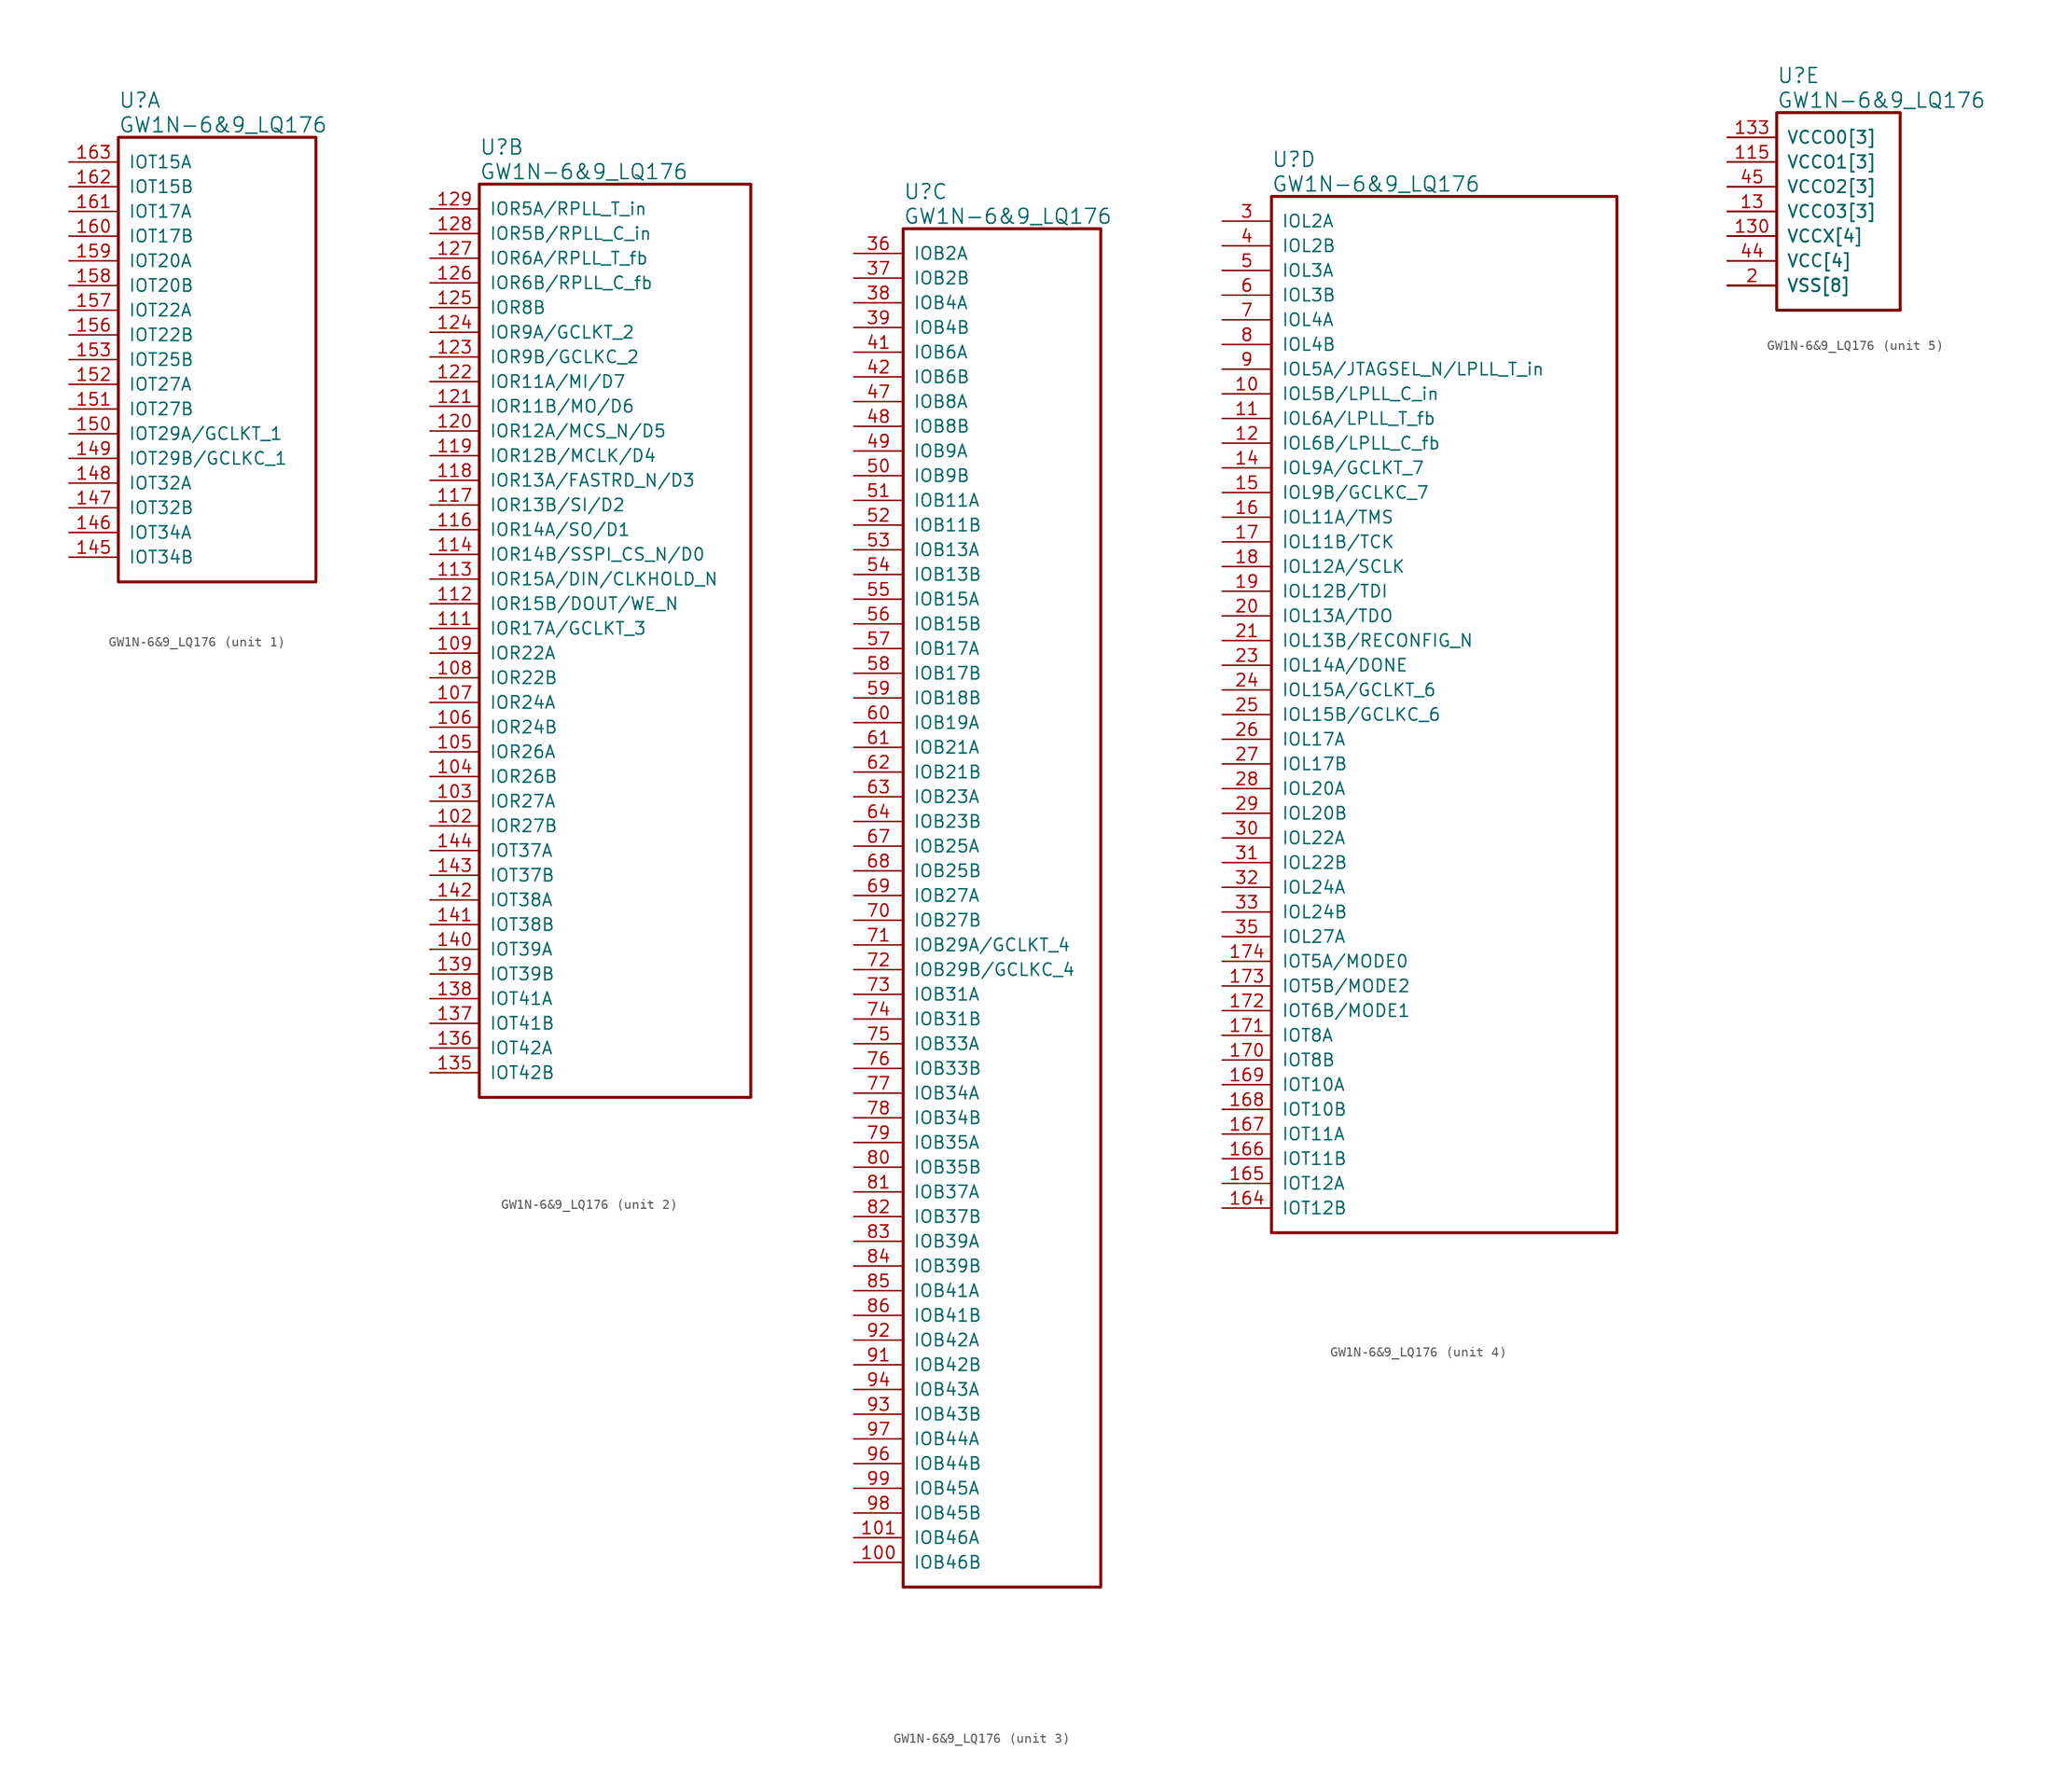
<source format=kicad_sym>
(kicad_symbol_lib
  (version 20220914)
  (generator kicad_symbol_editor)
  (symbol "GW1N-6&9_LQ176"
    (pin_names
      (offset 1.016))
    (property "Reference" "U"
      (at 5.08 6.35 0)
      (effects (font (size 1.524 1.524)) (justify left)))
    (property "Value" "GW1N-6&9_LQ176"
      (at 5.08 3.81 0)
      (effects (font (size 1.524 1.524)) (justify left)))
    (property "ki_locked" ""
      (at 0 0 0)
      (effects (font (size 1.27 1.27))))
    (symbol "GW1N-6&9_LQ176_1_1"
      (rectangle (start 5.08 2.54) (end 25.4 -43.18) (stroke (width 0.305) (type solid)) (fill (type none)))
      (pin bidirectional line (at 0 -40.64 0) (length 5.08) (name "IOT34B" (effects (font (size 1.27 1.27)))) (number "145" (effects (font (size 1.27 1.27)))))
      (pin bidirectional line (at 0 -38.1 0) (length 5.08) (name "IOT34A" (effects (font (size 1.27 1.27)))) (number "146" (effects (font (size 1.27 1.27)))))
      (pin bidirectional line (at 0 -35.56 0) (length 5.08) (name "IOT32B" (effects (font (size 1.27 1.27)))) (number "147" (effects (font (size 1.27 1.27)))))
      (pin bidirectional line (at 0 -33.02 0) (length 5.08) (name "IOT32A" (effects (font (size 1.27 1.27)))) (number "148" (effects (font (size 1.27 1.27)))))
      (pin bidirectional line (at 0 -30.48 0) (length 5.08) (name "IOT29B/GCLKC_1" (effects (font (size 1.27 1.27)))) (number "149" (effects (font (size 1.27 1.27)))))
      (pin bidirectional line (at 0 -27.94 0) (length 5.08) (name "IOT29A/GCLKT_1" (effects (font (size 1.27 1.27)))) (number "150" (effects (font (size 1.27 1.27)))))
      (pin bidirectional line (at 0 -25.4 0) (length 5.08) (name "IOT27B" (effects (font (size 1.27 1.27)))) (number "151" (effects (font (size 1.27 1.27)))))
      (pin bidirectional line (at 0 -22.86 0) (length 5.08) (name "IOT27A" (effects (font (size 1.27 1.27)))) (number "152" (effects (font (size 1.27 1.27)))))
      (pin bidirectional line (at 0 -20.32 0) (length 5.08) (name "IOT25B" (effects (font (size 1.27 1.27)))) (number "153" (effects (font (size 1.27 1.27)))))
      (pin bidirectional line (at 0 -17.78 0) (length 5.08) (name "IOT22B" (effects (font (size 1.27 1.27)))) (number "156" (effects (font (size 1.27 1.27)))))
      (pin bidirectional line (at 0 -15.24 0) (length 5.08) (name "IOT22A" (effects (font (size 1.27 1.27)))) (number "157" (effects (font (size 1.27 1.27)))))
      (pin bidirectional line (at 0 -12.7 0) (length 5.08) (name "IOT20B" (effects (font (size 1.27 1.27)))) (number "158" (effects (font (size 1.27 1.27)))))
      (pin bidirectional line (at 0 -10.16 0) (length 5.08) (name "IOT20A" (effects (font (size 1.27 1.27)))) (number "159" (effects (font (size 1.27 1.27)))))
      (pin bidirectional line (at 0 -7.62 0) (length 5.08) (name "IOT17B" (effects (font (size 1.27 1.27)))) (number "160" (effects (font (size 1.27 1.27)))))
      (pin bidirectional line (at 0 -5.08 0) (length 5.08) (name "IOT17A" (effects (font (size 1.27 1.27)))) (number "161" (effects (font (size 1.27 1.27)))))
      (pin bidirectional line (at 0 -2.54 0) (length 5.08) (name "IOT15B" (effects (font (size 1.27 1.27)))) (number "162" (effects (font (size 1.27 1.27)))))
      (pin bidirectional line (at 0 0 0) (length 5.08) (name "IOT15A" (effects (font (size 1.27 1.27)))) (number "163" (effects (font (size 1.27 1.27))))))
    (symbol "GW1N-6&9_LQ176_2_1"
      (rectangle (start 5.08 2.54) (end 33.02 -91.44) (stroke (width 0.305) (type solid)) (fill (type none)))
      (pin bidirectional line (at 0 -63.5 0) (length 5.08) (name "IOR27B" (effects (font (size 1.27 1.27)))) (number "102" (effects (font (size 1.27 1.27)))))
      (pin bidirectional line (at 0 -60.96 0) (length 5.08) (name "IOR27A" (effects (font (size 1.27 1.27)))) (number "103" (effects (font (size 1.27 1.27)))))
      (pin bidirectional line (at 0 -58.42 0) (length 5.08) (name "IOR26B" (effects (font (size 1.27 1.27)))) (number "104" (effects (font (size 1.27 1.27)))))
      (pin bidirectional line (at 0 -55.88 0) (length 5.08) (name "IOR26A" (effects (font (size 1.27 1.27)))) (number "105" (effects (font (size 1.27 1.27)))))
      (pin bidirectional line (at 0 -53.34 0) (length 5.08) (name "IOR24B" (effects (font (size 1.27 1.27)))) (number "106" (effects (font (size 1.27 1.27)))))
      (pin bidirectional line (at 0 -50.8 0) (length 5.08) (name "IOR24A" (effects (font (size 1.27 1.27)))) (number "107" (effects (font (size 1.27 1.27)))))
      (pin bidirectional line (at 0 -48.26 0) (length 5.08) (name "IOR22B" (effects (font (size 1.27 1.27)))) (number "108" (effects (font (size 1.27 1.27)))))
      (pin bidirectional line (at 0 -45.72 0) (length 5.08) (name "IOR22A" (effects (font (size 1.27 1.27)))) (number "109" (effects (font (size 1.27 1.27)))))
      (pin bidirectional line (at 0 -43.18 0) (length 5.08) (name "IOR17A/GCLKT_3" (effects (font (size 1.27 1.27)))) (number "111" (effects (font (size 1.27 1.27)))))
      (pin bidirectional line (at 0 -40.64 0) (length 5.08) (name "IOR15B/DOUT/WE_N" (effects (font (size 1.27 1.27)))) (number "112" (effects (font (size 1.27 1.27)))))
      (pin bidirectional line (at 0 -38.1 0) (length 5.08) (name "IOR15A/DIN/CLKHOLD_N" (effects (font (size 1.27 1.27)))) (number "113" (effects (font (size 1.27 1.27)))))
      (pin bidirectional line (at 0 -35.56 0) (length 5.08) (name "IOR14B/SSPI_CS_N/D0" (effects (font (size 1.27 1.27)))) (number "114" (effects (font (size 1.27 1.27)))))
      (pin bidirectional line (at 0 -33.02 0) (length 5.08) (name "IOR14A/SO/D1" (effects (font (size 1.27 1.27)))) (number "116" (effects (font (size 1.27 1.27)))))
      (pin bidirectional line (at 0 -30.48 0) (length 5.08) (name "IOR13B/SI/D2" (effects (font (size 1.27 1.27)))) (number "117" (effects (font (size 1.27 1.27)))))
      (pin bidirectional line (at 0 -27.94 0) (length 5.08) (name "IOR13A/FASTRD_N/D3" (effects (font (size 1.27 1.27)))) (number "118" (effects (font (size 1.27 1.27)))))
      (pin bidirectional line (at 0 -25.4 0) (length 5.08) (name "IOR12B/MCLK/D4" (effects (font (size 1.27 1.27)))) (number "119" (effects (font (size 1.27 1.27)))))
      (pin bidirectional line (at 0 -22.86 0) (length 5.08) (name "IOR12A/MCS_N/D5" (effects (font (size 1.27 1.27)))) (number "120" (effects (font (size 1.27 1.27)))))
      (pin bidirectional line (at 0 -20.32 0) (length 5.08) (name "IOR11B/MO/D6" (effects (font (size 1.27 1.27)))) (number "121" (effects (font (size 1.27 1.27)))))
      (pin bidirectional line (at 0 -17.78 0) (length 5.08) (name "IOR11A/MI/D7" (effects (font (size 1.27 1.27)))) (number "122" (effects (font (size 1.27 1.27)))))
      (pin bidirectional line (at 0 -15.24 0) (length 5.08) (name "IOR9B/GCLKC_2" (effects (font (size 1.27 1.27)))) (number "123" (effects (font (size 1.27 1.27)))))
      (pin bidirectional line (at 0 -12.7 0) (length 5.08) (name "IOR9A/GCLKT_2" (effects (font (size 1.27 1.27)))) (number "124" (effects (font (size 1.27 1.27)))))
      (pin bidirectional line (at 0 -10.16 0) (length 5.08) (name "IOR8B" (effects (font (size 1.27 1.27)))) (number "125" (effects (font (size 1.27 1.27)))))
      (pin bidirectional line (at 0 -7.62 0) (length 5.08) (name "IOR6B/RPLL_C_fb" (effects (font (size 1.27 1.27)))) (number "126" (effects (font (size 1.27 1.27)))))
      (pin bidirectional line (at 0 -5.08 0) (length 5.08) (name "IOR6A/RPLL_T_fb" (effects (font (size 1.27 1.27)))) (number "127" (effects (font (size 1.27 1.27)))))
      (pin bidirectional line (at 0 -2.54 0) (length 5.08) (name "IOR5B/RPLL_C_in" (effects (font (size 1.27 1.27)))) (number "128" (effects (font (size 1.27 1.27)))))
      (pin bidirectional line (at 0 0 0) (length 5.08) (name "IOR5A/RPLL_T_in" (effects (font (size 1.27 1.27)))) (number "129" (effects (font (size 1.27 1.27)))))
      (pin bidirectional line (at 0 -88.9 0) (length 5.08) (name "IOT42B" (effects (font (size 1.27 1.27)))) (number "135" (effects (font (size 1.27 1.27)))))
      (pin bidirectional line (at 0 -86.36 0) (length 5.08) (name "IOT42A" (effects (font (size 1.27 1.27)))) (number "136" (effects (font (size 1.27 1.27)))))
      (pin bidirectional line (at 0 -83.82 0) (length 5.08) (name "IOT41B" (effects (font (size 1.27 1.27)))) (number "137" (effects (font (size 1.27 1.27)))))
      (pin bidirectional line (at 0 -81.28 0) (length 5.08) (name "IOT41A" (effects (font (size 1.27 1.27)))) (number "138" (effects (font (size 1.27 1.27)))))
      (pin bidirectional line (at 0 -78.74 0) (length 5.08) (name "IOT39B" (effects (font (size 1.27 1.27)))) (number "139" (effects (font (size 1.27 1.27)))))
      (pin bidirectional line (at 0 -76.2 0) (length 5.08) (name "IOT39A" (effects (font (size 1.27 1.27)))) (number "140" (effects (font (size 1.27 1.27)))))
      (pin bidirectional line (at 0 -73.66 0) (length 5.08) (name "IOT38B" (effects (font (size 1.27 1.27)))) (number "141" (effects (font (size 1.27 1.27)))))
      (pin bidirectional line (at 0 -71.12 0) (length 5.08) (name "IOT38A" (effects (font (size 1.27 1.27)))) (number "142" (effects (font (size 1.27 1.27)))))
      (pin bidirectional line (at 0 -68.58 0) (length 5.08) (name "IOT37B" (effects (font (size 1.27 1.27)))) (number "143" (effects (font (size 1.27 1.27)))))
      (pin bidirectional line (at 0 -66.04 0) (length 5.08) (name "IOT37A" (effects (font (size 1.27 1.27)))) (number "144" (effects (font (size 1.27 1.27))))))
    (symbol "GW1N-6&9_LQ176_3_1"
      (rectangle (start 5.08 2.54) (end 25.4 -137.16) (stroke (width 0.305) (type solid)) (fill (type none)))
      (pin bidirectional line (at 0 -134.62 0) (length 5.08) (name "IOB46B" (effects (font (size 1.27 1.27)))) (number "100" (effects (font (size 1.27 1.27)))))
      (pin bidirectional line (at 0 -132.08 0) (length 5.08) (name "IOB46A" (effects (font (size 1.27 1.27)))) (number "101" (effects (font (size 1.27 1.27)))))
      (pin bidirectional line (at 0 0 0) (length 5.08) (name "IOB2A" (effects (font (size 1.27 1.27)))) (number "36" (effects (font (size 1.27 1.27)))))
      (pin bidirectional line (at 0 -2.54 0) (length 5.08) (name "IOB2B" (effects (font (size 1.27 1.27)))) (number "37" (effects (font (size 1.27 1.27)))))
      (pin bidirectional line (at 0 -5.08 0) (length 5.08) (name "IOB4A" (effects (font (size 1.27 1.27)))) (number "38" (effects (font (size 1.27 1.27)))))
      (pin bidirectional line (at 0 -7.62 0) (length 5.08) (name "IOB4B" (effects (font (size 1.27 1.27)))) (number "39" (effects (font (size 1.27 1.27)))))
      (pin bidirectional line (at 0 -10.16 0) (length 5.08) (name "IOB6A" (effects (font (size 1.27 1.27)))) (number "41" (effects (font (size 1.27 1.27)))))
      (pin bidirectional line (at 0 -12.7 0) (length 5.08) (name "IOB6B" (effects (font (size 1.27 1.27)))) (number "42" (effects (font (size 1.27 1.27)))))
      (pin bidirectional line (at 0 -15.24 0) (length 5.08) (name "IOB8A" (effects (font (size 1.27 1.27)))) (number "47" (effects (font (size 1.27 1.27)))))
      (pin bidirectional line (at 0 -17.78 0) (length 5.08) (name "IOB8B" (effects (font (size 1.27 1.27)))) (number "48" (effects (font (size 1.27 1.27)))))
      (pin bidirectional line (at 0 -20.32 0) (length 5.08) (name "IOB9A" (effects (font (size 1.27 1.27)))) (number "49" (effects (font (size 1.27 1.27)))))
      (pin bidirectional line (at 0 -22.86 0) (length 5.08) (name "IOB9B" (effects (font (size 1.27 1.27)))) (number "50" (effects (font (size 1.27 1.27)))))
      (pin bidirectional line (at 0 -25.4 0) (length 5.08) (name "IOB11A" (effects (font (size 1.27 1.27)))) (number "51" (effects (font (size 1.27 1.27)))))
      (pin bidirectional line (at 0 -27.94 0) (length 5.08) (name "IOB11B" (effects (font (size 1.27 1.27)))) (number "52" (effects (font (size 1.27 1.27)))))
      (pin bidirectional line (at 0 -30.48 0) (length 5.08) (name "IOB13A" (effects (font (size 1.27 1.27)))) (number "53" (effects (font (size 1.27 1.27)))))
      (pin bidirectional line (at 0 -33.02 0) (length 5.08) (name "IOB13B" (effects (font (size 1.27 1.27)))) (number "54" (effects (font (size 1.27 1.27)))))
      (pin bidirectional line (at 0 -35.56 0) (length 5.08) (name "IOB15A" (effects (font (size 1.27 1.27)))) (number "55" (effects (font (size 1.27 1.27)))))
      (pin bidirectional line (at 0 -38.1 0) (length 5.08) (name "IOB15B" (effects (font (size 1.27 1.27)))) (number "56" (effects (font (size 1.27 1.27)))))
      (pin bidirectional line (at 0 -40.64 0) (length 5.08) (name "IOB17A" (effects (font (size 1.27 1.27)))) (number "57" (effects (font (size 1.27 1.27)))))
      (pin bidirectional line (at 0 -43.18 0) (length 5.08) (name "IOB17B" (effects (font (size 1.27 1.27)))) (number "58" (effects (font (size 1.27 1.27)))))
      (pin bidirectional line (at 0 -45.72 0) (length 5.08) (name "IOB18B" (effects (font (size 1.27 1.27)))) (number "59" (effects (font (size 1.27 1.27)))))
      (pin bidirectional line (at 0 -48.26 0) (length 5.08) (name "IOB19A" (effects (font (size 1.27 1.27)))) (number "60" (effects (font (size 1.27 1.27)))))
      (pin bidirectional line (at 0 -50.8 0) (length 5.08) (name "IOB21A" (effects (font (size 1.27 1.27)))) (number "61" (effects (font (size 1.27 1.27)))))
      (pin bidirectional line (at 0 -53.34 0) (length 5.08) (name "IOB21B" (effects (font (size 1.27 1.27)))) (number "62" (effects (font (size 1.27 1.27)))))
      (pin bidirectional line (at 0 -55.88 0) (length 5.08) (name "IOB23A" (effects (font (size 1.27 1.27)))) (number "63" (effects (font (size 1.27 1.27)))))
      (pin bidirectional line (at 0 -58.42 0) (length 5.08) (name "IOB23B" (effects (font (size 1.27 1.27)))) (number "64" (effects (font (size 1.27 1.27)))))
      (pin bidirectional line (at 0 -60.96 0) (length 5.08) (name "IOB25A" (effects (font (size 1.27 1.27)))) (number "67" (effects (font (size 1.27 1.27)))))
      (pin bidirectional line (at 0 -63.5 0) (length 5.08) (name "IOB25B" (effects (font (size 1.27 1.27)))) (number "68" (effects (font (size 1.27 1.27)))))
      (pin bidirectional line (at 0 -66.04 0) (length 5.08) (name "IOB27A" (effects (font (size 1.27 1.27)))) (number "69" (effects (font (size 1.27 1.27)))))
      (pin bidirectional line (at 0 -68.58 0) (length 5.08) (name "IOB27B" (effects (font (size 1.27 1.27)))) (number "70" (effects (font (size 1.27 1.27)))))
      (pin bidirectional line (at 0 -71.12 0) (length 5.08) (name "IOB29A/GCLKT_4" (effects (font (size 1.27 1.27)))) (number "71" (effects (font (size 1.27 1.27)))))
      (pin bidirectional line (at 0 -73.66 0) (length 5.08) (name "IOB29B/GCLKC_4" (effects (font (size 1.27 1.27)))) (number "72" (effects (font (size 1.27 1.27)))))
      (pin bidirectional line (at 0 -76.2 0) (length 5.08) (name "IOB31A" (effects (font (size 1.27 1.27)))) (number "73" (effects (font (size 1.27 1.27)))))
      (pin bidirectional line (at 0 -78.74 0) (length 5.08) (name "IOB31B" (effects (font (size 1.27 1.27)))) (number "74" (effects (font (size 1.27 1.27)))))
      (pin bidirectional line (at 0 -81.28 0) (length 5.08) (name "IOB33A" (effects (font (size 1.27 1.27)))) (number "75" (effects (font (size 1.27 1.27)))))
      (pin bidirectional line (at 0 -83.82 0) (length 5.08) (name "IOB33B" (effects (font (size 1.27 1.27)))) (number "76" (effects (font (size 1.27 1.27)))))
      (pin bidirectional line (at 0 -86.36 0) (length 5.08) (name "IOB34A" (effects (font (size 1.27 1.27)))) (number "77" (effects (font (size 1.27 1.27)))))
      (pin bidirectional line (at 0 -88.9 0) (length 5.08) (name "IOB34B" (effects (font (size 1.27 1.27)))) (number "78" (effects (font (size 1.27 1.27)))))
      (pin bidirectional line (at 0 -91.44 0) (length 5.08) (name "IOB35A" (effects (font (size 1.27 1.27)))) (number "79" (effects (font (size 1.27 1.27)))))
      (pin bidirectional line (at 0 -93.98 0) (length 5.08) (name "IOB35B" (effects (font (size 1.27 1.27)))) (number "80" (effects (font (size 1.27 1.27)))))
      (pin bidirectional line (at 0 -96.52 0) (length 5.08) (name "IOB37A" (effects (font (size 1.27 1.27)))) (number "81" (effects (font (size 1.27 1.27)))))
      (pin bidirectional line (at 0 -99.06 0) (length 5.08) (name "IOB37B" (effects (font (size 1.27 1.27)))) (number "82" (effects (font (size 1.27 1.27)))))
      (pin bidirectional line (at 0 -101.6 0) (length 5.08) (name "IOB39A" (effects (font (size 1.27 1.27)))) (number "83" (effects (font (size 1.27 1.27)))))
      (pin bidirectional line (at 0 -104.14 0) (length 5.08) (name "IOB39B" (effects (font (size 1.27 1.27)))) (number "84" (effects (font (size 1.27 1.27)))))
      (pin bidirectional line (at 0 -106.68 0) (length 5.08) (name "IOB41A" (effects (font (size 1.27 1.27)))) (number "85" (effects (font (size 1.27 1.27)))))
      (pin bidirectional line (at 0 -109.22 0) (length 5.08) (name "IOB41B" (effects (font (size 1.27 1.27)))) (number "86" (effects (font (size 1.27 1.27)))))
      (pin bidirectional line (at 0 -114.3 0) (length 5.08) (name "IOB42B" (effects (font (size 1.27 1.27)))) (number "91" (effects (font (size 1.27 1.27)))))
      (pin bidirectional line (at 0 -111.76 0) (length 5.08) (name "IOB42A" (effects (font (size 1.27 1.27)))) (number "92" (effects (font (size 1.27 1.27)))))
      (pin bidirectional line (at 0 -119.38 0) (length 5.08) (name "IOB43B" (effects (font (size 1.27 1.27)))) (number "93" (effects (font (size 1.27 1.27)))))
      (pin bidirectional line (at 0 -116.84 0) (length 5.08) (name "IOB43A" (effects (font (size 1.27 1.27)))) (number "94" (effects (font (size 1.27 1.27)))))
      (pin bidirectional line (at 0 -124.46 0) (length 5.08) (name "IOB44B" (effects (font (size 1.27 1.27)))) (number "96" (effects (font (size 1.27 1.27)))))
      (pin bidirectional line (at 0 -121.92 0) (length 5.08) (name "IOB44A" (effects (font (size 1.27 1.27)))) (number "97" (effects (font (size 1.27 1.27)))))
      (pin bidirectional line (at 0 -129.54 0) (length 5.08) (name "IOB45B" (effects (font (size 1.27 1.27)))) (number "98" (effects (font (size 1.27 1.27)))))
      (pin bidirectional line (at 0 -127 0) (length 5.08) (name "IOB45A" (effects (font (size 1.27 1.27)))) (number "99" (effects (font (size 1.27 1.27))))))
    (symbol "GW1N-6&9_LQ176_4_1"
      (rectangle (start 5.08 2.54) (end 40.64 -104.14) (stroke (width 0.305) (type solid)) (fill (type none)))
      (pin bidirectional line (at 0 -17.78 0) (length 5.08) (name "IOL5B/LPLL_C_in" (effects (font (size 1.27 1.27)))) (number "10" (effects (font (size 1.27 1.27)))))
      (pin bidirectional line (at 0 -20.32 0) (length 5.08) (name "IOL6A/LPLL_T_fb" (effects (font (size 1.27 1.27)))) (number "11" (effects (font (size 1.27 1.27)))))
      (pin bidirectional line (at 0 -22.86 0) (length 5.08) (name "IOL6B/LPLL_C_fb" (effects (font (size 1.27 1.27)))) (number "12" (effects (font (size 1.27 1.27)))))
      (pin bidirectional line (at 0 -25.4 0) (length 5.08) (name "IOL9A/GCLKT_7" (effects (font (size 1.27 1.27)))) (number "14" (effects (font (size 1.27 1.27)))))
      (pin bidirectional line (at 0 -27.94 0) (length 5.08) (name "IOL9B/GCLKC_7" (effects (font (size 1.27 1.27)))) (number "15" (effects (font (size 1.27 1.27)))))
      (pin bidirectional line (at 0 -30.48 0) (length 5.08) (name "IOL11A/TMS" (effects (font (size 1.27 1.27)))) (number "16" (effects (font (size 1.27 1.27)))))
      (pin bidirectional line (at 0 -101.6 0) (length 5.08) (name "IOT12B" (effects (font (size 1.27 1.27)))) (number "164" (effects (font (size 1.27 1.27)))))
      (pin bidirectional line (at 0 -99.06 0) (length 5.08) (name "IOT12A" (effects (font (size 1.27 1.27)))) (number "165" (effects (font (size 1.27 1.27)))))
      (pin bidirectional line (at 0 -96.52 0) (length 5.08) (name "IOT11B" (effects (font (size 1.27 1.27)))) (number "166" (effects (font (size 1.27 1.27)))))
      (pin bidirectional line (at 0 -93.98 0) (length 5.08) (name "IOT11A" (effects (font (size 1.27 1.27)))) (number "167" (effects (font (size 1.27 1.27)))))
      (pin bidirectional line (at 0 -91.44 0) (length 5.08) (name "IOT10B" (effects (font (size 1.27 1.27)))) (number "168" (effects (font (size 1.27 1.27)))))
      (pin bidirectional line (at 0 -88.9 0) (length 5.08) (name "IOT10A" (effects (font (size 1.27 1.27)))) (number "169" (effects (font (size 1.27 1.27)))))
      (pin bidirectional line (at 0 -33.02 0) (length 5.08) (name "IOL11B/TCK" (effects (font (size 1.27 1.27)))) (number "17" (effects (font (size 1.27 1.27)))))
      (pin bidirectional line (at 0 -86.36 0) (length 5.08) (name "IOT8B" (effects (font (size 1.27 1.27)))) (number "170" (effects (font (size 1.27 1.27)))))
      (pin bidirectional line (at 0 -83.82 0) (length 5.08) (name "IOT8A" (effects (font (size 1.27 1.27)))) (number "171" (effects (font (size 1.27 1.27)))))
      (pin bidirectional line (at 0 -81.28 0) (length 5.08) (name "IOT6B/MODE1" (effects (font (size 1.27 1.27)))) (number "172" (effects (font (size 1.27 1.27)))))
      (pin bidirectional line (at 0 -78.74 0) (length 5.08) (name "IOT5B/MODE2" (effects (font (size 1.27 1.27)))) (number "173" (effects (font (size 1.27 1.27)))))
      (pin bidirectional line (at 0 -76.2 0) (length 5.08) (name "IOT5A/MODE0" (effects (font (size 1.27 1.27)))) (number "174" (effects (font (size 1.27 1.27)))))
      (pin bidirectional line (at 0 -35.56 0) (length 5.08) (name "IOL12A/SCLK" (effects (font (size 1.27 1.27)))) (number "18" (effects (font (size 1.27 1.27)))))
      (pin bidirectional line (at 0 -38.1 0) (length 5.08) (name "IOL12B/TDI" (effects (font (size 1.27 1.27)))) (number "19" (effects (font (size 1.27 1.27)))))
      (pin bidirectional line (at 0 -40.64 0) (length 5.08) (name "IOL13A/TDO" (effects (font (size 1.27 1.27)))) (number "20" (effects (font (size 1.27 1.27)))))
      (pin bidirectional line (at 0 -43.18 0) (length 5.08) (name "IOL13B/RECONFIG_N" (effects (font (size 1.27 1.27)))) (number "21" (effects (font (size 1.27 1.27)))))
      (pin bidirectional line (at 0 -45.72 0) (length 5.08) (name "IOL14A/DONE" (effects (font (size 1.27 1.27)))) (number "23" (effects (font (size 1.27 1.27)))))
      (pin bidirectional line (at 0 -48.26 0) (length 5.08) (name "IOL15A/GCLKT_6" (effects (font (size 1.27 1.27)))) (number "24" (effects (font (size 1.27 1.27)))))
      (pin bidirectional line (at 0 -50.8 0) (length 5.08) (name "IOL15B/GCLKC_6" (effects (font (size 1.27 1.27)))) (number "25" (effects (font (size 1.27 1.27)))))
      (pin bidirectional line (at 0 -53.34 0) (length 5.08) (name "IOL17A" (effects (font (size 1.27 1.27)))) (number "26" (effects (font (size 1.27 1.27)))))
      (pin bidirectional line (at 0 -55.88 0) (length 5.08) (name "IOL17B" (effects (font (size 1.27 1.27)))) (number "27" (effects (font (size 1.27 1.27)))))
      (pin bidirectional line (at 0 -58.42 0) (length 5.08) (name "IOL20A" (effects (font (size 1.27 1.27)))) (number "28" (effects (font (size 1.27 1.27)))))
      (pin bidirectional line (at 0 -60.96 0) (length 5.08) (name "IOL20B" (effects (font (size 1.27 1.27)))) (number "29" (effects (font (size 1.27 1.27)))))
      (pin bidirectional line (at 0 0 0) (length 5.08) (name "IOL2A" (effects (font (size 1.27 1.27)))) (number "3" (effects (font (size 1.27 1.27)))))
      (pin bidirectional line (at 0 -63.5 0) (length 5.08) (name "IOL22A" (effects (font (size 1.27 1.27)))) (number "30" (effects (font (size 1.27 1.27)))))
      (pin bidirectional line (at 0 -66.04 0) (length 5.08) (name "IOL22B" (effects (font (size 1.27 1.27)))) (number "31" (effects (font (size 1.27 1.27)))))
      (pin bidirectional line (at 0 -68.58 0) (length 5.08) (name "IOL24A" (effects (font (size 1.27 1.27)))) (number "32" (effects (font (size 1.27 1.27)))))
      (pin bidirectional line (at 0 -71.12 0) (length 5.08) (name "IOL24B" (effects (font (size 1.27 1.27)))) (number "33" (effects (font (size 1.27 1.27)))))
      (pin bidirectional line (at 0 -73.66 0) (length 5.08) (name "IOL27A" (effects (font (size 1.27 1.27)))) (number "35" (effects (font (size 1.27 1.27)))))
      (pin bidirectional line (at 0 -2.54 0) (length 5.08) (name "IOL2B" (effects (font (size 1.27 1.27)))) (number "4" (effects (font (size 1.27 1.27)))))
      (pin bidirectional line (at 0 -5.08 0) (length 5.08) (name "IOL3A" (effects (font (size 1.27 1.27)))) (number "5" (effects (font (size 1.27 1.27)))))
      (pin bidirectional line (at 0 -7.62 0) (length 5.08) (name "IOL3B" (effects (font (size 1.27 1.27)))) (number "6" (effects (font (size 1.27 1.27)))))
      (pin bidirectional line (at 0 -10.16 0) (length 5.08) (name "IOL4A" (effects (font (size 1.27 1.27)))) (number "7" (effects (font (size 1.27 1.27)))))
      (pin bidirectional line (at 0 -12.7 0) (length 5.08) (name "IOL4B" (effects (font (size 1.27 1.27)))) (number "8" (effects (font (size 1.27 1.27)))))
      (pin bidirectional line (at 0 -15.24 0) (length 5.08) (name "IOL5A/JTAGSEL_N/LPLL_T_in" (effects (font (size 1.27 1.27)))) (number "9" (effects (font (size 1.27 1.27))))))
    (symbol "GW1N-6&9_LQ176_5_1"
      (rectangle (start 5.08 2.54) (end 17.78 -17.78) (stroke (width 0.305) (type solid)) (fill (type none)))
      (pin power_in line (at 0 -12.7 0) (length 5.08) (name "VCC[4]" (effects (font (size 1.27 1.27)))) (number "1" (effects (font (size 0 0)))))
      (pin power_in line (at 0 -2.54 0) (length 5.08) (name "VCCO1[3]" (effects (font (size 1.27 1.27)))) (number "110" (effects (font (size 0 0)))))
      (pin power_in line (at 0 -2.54 0) (length 5.08) (name "VCCO1[3]" (effects (font (size 1.27 1.27)))) (number "115" (effects (font (size 1.27 1.27)))))
      (pin power_in line (at 0 -7.62 0) (length 5.08) (name "VCCO3[3]" (effects (font (size 1.27 1.27)))) (number "13" (effects (font (size 1.27 1.27)))))
      (pin power_in line (at 0 -10.16 0) (length 5.08) (name "VCCX[4]" (effects (font (size 1.27 1.27)))) (number "130" (effects (font (size 1.27 1.27)))))
      (pin power_in line (at 0 -15.24 0) (length 5.08) (name "VSS[8]" (effects (font (size 1.27 1.27)))) (number "131" (effects (font (size 0 0)))))
      (pin power_in line (at 0 -12.7 0) (length 5.08) (name "VCC[4]" (effects (font (size 1.27 1.27)))) (number "132" (effects (font (size 0 0)))))
      (pin power_in line (at 0 0 0) (length 5.08) (name "VCCO0[3]" (effects (font (size 1.27 1.27)))) (number "133" (effects (font (size 1.27 1.27)))))
      (pin power_in line (at 0 -15.24 0) (length 5.08) (name "VSS[8]" (effects (font (size 1.27 1.27)))) (number "134" (effects (font (size 0 0)))))
      (pin power_in line (at 0 -10.16 0) (length 5.08) (name "VCCX[4]" (effects (font (size 1.27 1.27)))) (number "154" (effects (font (size 0 0)))))
      (pin power_in line (at 0 0 0) (length 5.08) (name "VCCO0[3]" (effects (font (size 1.27 1.27)))) (number "155" (effects (font (size 0 0)))))
      (pin power_in line (at 0 -15.24 0) (length 5.08) (name "VSS[8]" (effects (font (size 1.27 1.27)))) (number "175" (effects (font (size 0 0)))))
      (pin power_in line (at 0 0 0) (length 5.08) (name "VCCO0[3]" (effects (font (size 1.27 1.27)))) (number "176" (effects (font (size 0 0)))))
      (pin power_in line (at 0 -15.24 0) (length 5.08) (name "VSS[8]" (effects (font (size 1.27 1.27)))) (number "2" (effects (font (size 1.27 1.27)))))
      (pin power_in line (at 0 -7.62 0) (length 5.08) (name "VCCO3[3]" (effects (font (size 1.27 1.27)))) (number "22" (effects (font (size 0 0)))))
      (pin power_in line (at 0 -7.62 0) (length 5.08) (name "VCCO3[3]" (effects (font (size 1.27 1.27)))) (number "34" (effects (font (size 0 0)))))
      (pin power_in line (at 0 -10.16 0) (length 5.08) (name "VCCX[4]" (effects (font (size 1.27 1.27)))) (number "40" (effects (font (size 0 0)))))
      (pin power_in line (at 0 -15.24 0) (length 5.08) (name "VSS[8]" (effects (font (size 1.27 1.27)))) (number "43" (effects (font (size 0 0)))))
      (pin power_in line (at 0 -12.7 0) (length 5.08) (name "VCC[4]" (effects (font (size 1.27 1.27)))) (number "44" (effects (font (size 1.27 1.27)))))
      (pin power_in line (at 0 -5.08 0) (length 5.08) (name "VCCO2[3]" (effects (font (size 1.27 1.27)))) (number "45" (effects (font (size 1.27 1.27)))))
      (pin power_in line (at 0 -15.24 0) (length 5.08) (name "VSS[8]" (effects (font (size 1.27 1.27)))) (number "46" (effects (font (size 0 0)))))
      (pin power_in line (at 0 -5.08 0) (length 5.08) (name "VCCO2[3]" (effects (font (size 1.27 1.27)))) (number "65" (effects (font (size 0 0)))))
      (pin power_in line (at 0 -10.16 0) (length 5.08) (name "VCCX[4]" (effects (font (size 1.27 1.27)))) (number "66" (effects (font (size 0 0)))))
      (pin power_in line (at 0 -15.24 0) (length 5.08) (name "VSS[8]" (effects (font (size 1.27 1.27)))) (number "87" (effects (font (size 0 0)))))
      (pin power_in line (at 0 -5.08 0) (length 5.08) (name "VCCO2[3]" (effects (font (size 1.27 1.27)))) (number "88" (effects (font (size 0 0)))))
      (pin power_in line (at 0 -12.7 0) (length 5.08) (name "VCC[4]" (effects (font (size 1.27 1.27)))) (number "89" (effects (font (size 0 0)))))
      (pin power_in line (at 0 -15.24 0) (length 5.08) (name "VSS[8]" (effects (font (size 1.27 1.27)))) (number "90" (effects (font (size 0 0)))))
      (pin power_in line (at 0 -2.54 0) (length 5.08) (name "VCCO1[3]" (effects (font (size 1.27 1.27)))) (number "95" (effects (font (size 0 0))))))))
</source>
